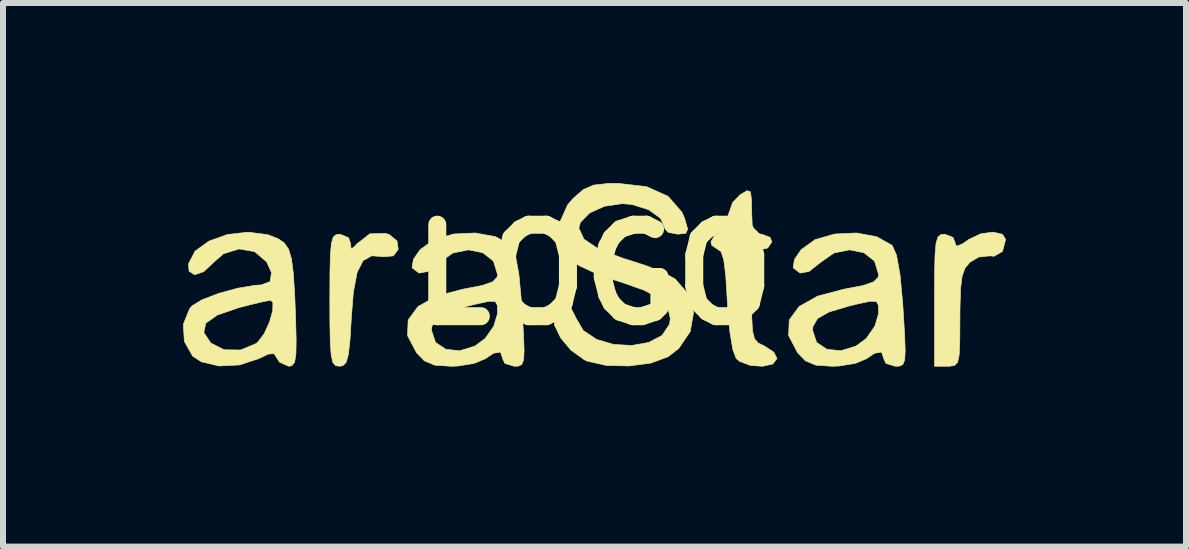
<source format=kicad_pcb>
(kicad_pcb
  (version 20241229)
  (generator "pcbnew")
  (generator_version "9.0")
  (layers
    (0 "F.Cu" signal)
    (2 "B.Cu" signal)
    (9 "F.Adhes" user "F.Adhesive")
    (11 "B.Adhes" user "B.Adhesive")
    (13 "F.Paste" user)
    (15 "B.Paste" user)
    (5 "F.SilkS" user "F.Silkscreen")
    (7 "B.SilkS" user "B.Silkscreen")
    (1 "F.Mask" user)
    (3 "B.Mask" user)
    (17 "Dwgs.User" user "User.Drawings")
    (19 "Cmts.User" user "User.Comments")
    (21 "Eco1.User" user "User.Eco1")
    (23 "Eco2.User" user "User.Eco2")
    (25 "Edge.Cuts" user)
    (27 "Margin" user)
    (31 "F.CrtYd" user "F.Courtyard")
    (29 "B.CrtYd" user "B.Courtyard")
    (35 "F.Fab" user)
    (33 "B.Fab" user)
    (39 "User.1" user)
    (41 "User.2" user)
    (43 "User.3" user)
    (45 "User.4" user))
  (footprint "LOGO"
    (layer "F.Cu")
    (at 6.849 1.529)
    (property "Reference" "LOGO" (at 0 0 0) (layer "F.SilkS") (effects (font (size 1.524 1.524) (thickness 0.3))))
    (attr through_hole)
    (fp_poly (pts (xy 6.805 -0.675) (xy 6.858 -0.59) (xy 6.805 -0.39) (xy 6.665 -0.309) (xy 6.596 -0.316) (xy 6.405 -0.295) (xy 6.263 -0.209) (xy 6.182 -0.114) (xy 6.133 0.021) (xy 6.106 0.233) (xy 6.097 0.56) (xy 6.096 0.733) (xy 6.094 1.102) (xy 6.084 1.333) (xy 6.057 1.46) (xy 6.003 1.512) (xy 5.915 1.524) (xy 5.884 1.524) (xy 5.673 1.524) (xy 5.673 0.423) (xy 5.674 -0.026) (xy 5.681 -0.333) (xy 5.698 -0.525) (xy 5.729 -0.628) (xy 5.778 -0.67) (xy 5.842 -0.677) (xy 5.981 -0.623) (xy 6.011 -0.548) (xy 6.035 -0.477) (xy 6.128 -0.509) (xy 6.244 -0.589) (xy 6.441 -0.683) (xy 6.647 -0.711) (xy 6.805 -0.675)) (stroke (width 0.01) (type solid)) (fill yes) (layer "F.SilkS"))
    (fp_poly (pts (xy -3.414 -0.671) (xy -3.283 -0.563) (xy -3.264 -0.424) (xy -3.344 -0.316) (xy -3.502 -0.301) (xy -3.704 -0.317) (xy -3.849 -0.236) (xy -3.948 -0.041) (xy -4.011 0.289) (xy -4.044 0.705) (xy -4.067 1.085) (xy -4.094 1.327) (xy -4.131 1.46) (xy -4.187 1.515) (xy -4.245 1.524) (xy -4.309 1.512) (xy -4.354 1.458) (xy -4.381 1.335) (xy -4.396 1.117) (xy -4.402 0.777) (xy -4.403 0.423) (xy -4.401 -0.026) (xy -4.394 -0.333) (xy -4.377 -0.525) (xy -4.346 -0.628) (xy -4.298 -0.67) (xy -4.233 -0.677) (xy -4.09 -0.617) (xy -4.061 -0.529) (xy -4.047 -0.429) (xy -3.985 -0.477) (xy -3.955 -0.513) (xy -3.736 -0.683) (xy -3.473 -0.69) (xy -3.414 -0.671)) (stroke (width 0.01) (type solid)) (fill yes) (layer "F.SilkS"))
    (fp_poly (pts (xy 2.606 -1.383) (xy 2.623 -1.246) (xy 2.625 -1.069) (xy 2.635 -0.827) (xy 2.679 -0.711) (xy 2.774 -0.678) (xy 2.794 -0.677) (xy 2.932 -0.624) (xy 2.963 -0.55) (xy 2.893 -0.447) (xy 2.794 -0.423) (xy 2.714 -0.411) (xy 2.664 -0.351) (xy 2.637 -0.212) (xy 2.626 0.037) (xy 2.625 0.341) (xy 2.627 0.704) (xy 2.64 0.934) (xy 2.673 1.066) (xy 2.736 1.138) (xy 2.836 1.185) (xy 2.836 1.185) (xy 2.994 1.288) (xy 3.048 1.395) (xy 2.978 1.486) (xy 2.809 1.524) (xy 2.604 1.51) (xy 2.425 1.443) (xy 2.368 1.394) (xy 2.312 1.245) (xy 2.264 0.96) (xy 2.228 0.573) (xy 2.219 0.42) (xy 2.194 0.012) (xy 2.161 -0.25) (xy 2.116 -0.387) (xy 2.063 -0.423) (xy 1.961 -0.491) (xy 1.947 -0.55) (xy 2.012 -0.663) (xy 2.069 -0.677) (xy 2.168 -0.755) (xy 2.217 -0.943) (xy 2.308 -1.203) (xy 2.434 -1.334) (xy 2.55 -1.402) (xy 2.606 -1.383)) (stroke (width 0.01) (type solid)) (fill yes) (layer "F.SilkS"))
    (fp_poly (pts (xy -5.432 -0.667) (xy -5.263 -0.6) (xy -5.162 -0.531) (xy -5.091 -0.429) (xy -5.042 -0.265) (xy -5.01 -0.01) (xy -4.987 0.365) (xy -4.974 0.699) (xy -4.964 1.08) (xy -4.968 1.324) (xy -4.991 1.458) (xy -5.037 1.515) (xy -5.088 1.524) (xy -5.239 1.457) (xy -5.281 1.394) (xy -5.332 1.314) (xy -5.428 1.321) (xy -5.582 1.394) (xy -5.907 1.502) (xy -6.249 1.519) (xy -6.546 1.449) (xy -6.689 1.355) (xy -6.827 1.111) (xy -6.836 0.962) (xy -6.503 0.962) (xy -6.386 1.137) (xy -6.167 1.249) (xy -5.893 1.253) (xy -5.64 1.15) (xy -5.604 1.122) (xy -5.497 0.981) (xy -5.408 0.787) (xy -5.354 0.595) (xy -5.352 0.458) (xy -5.391 0.424) (xy -5.506 0.445) (xy -5.728 0.498) (xy -5.919 0.547) (xy -6.277 0.67) (xy -6.47 0.806) (xy -6.503 0.962) (xy -6.836 0.962) (xy -6.844 0.825) (xy -6.74 0.566) (xy -6.698 0.517) (xy -6.528 0.414) (xy -6.253 0.309) (xy -5.937 0.223) (xy -5.643 0.174) (xy -5.546 0.169) (xy -5.399 0.113) (xy -5.375 -0.037) (xy -5.456 -0.215) (xy -5.656 -0.386) (xy -5.914 -0.431) (xy -6.173 -0.352) (xy -6.335 -0.212) (xy -6.505 -0.052) (xy -6.656 -0.001) (xy -6.749 -0.061) (xy -6.758 -0.182) (xy -6.648 -0.395) (xy -6.416 -0.562) (xy -6.107 -0.672) (xy -5.764 -0.711) (xy -5.432 -0.667)) (stroke (width 0.01) (type solid)) (fill yes) (layer "F.SilkS"))
    (fp_poly (pts (xy 0.875 -1.469) (xy 1.234 -1.307) (xy 1.464 -1.043) (xy 1.509 -0.939) (xy 1.56 -0.761) (xy 1.527 -0.69) (xy 1.393 -0.677) (xy 1.236 -0.707) (xy 1.185 -0.762) (xy 1.108 -0.941) (xy 0.907 -1.086) (xy 0.627 -1.173) (xy 0.466 -1.185) (xy 0.172 -1.142) (xy -0.075 -1.03) (xy -0.228 -0.875) (xy -0.254 -0.778) (xy -0.17 -0.595) (xy 0.081 -0.425) (xy 0.496 -0.27) (xy 0.55 -0.254) (xy 0.878 -0.148) (xy 1.165 -0.032) (xy 1.349 0.068) (xy 1.574 0.326) (xy 1.657 0.632) (xy 1.602 0.945) (xy 1.411 1.227) (xy 1.234 1.364) (xy 0.95 1.47) (xy 0.58 1.519) (xy 0.201 1.51) (xy -0.113 1.439) (xy -0.161 1.417) (xy -0.384 1.257) (xy -0.555 1.053) (xy -0.659 0.841) (xy -0.68 0.659) (xy -0.601 0.544) (xy -0.539 0.525) (xy -0.386 0.553) (xy -0.305 0.714) (xy -0.181 0.928) (xy 0.043 1.077) (xy 0.325 1.16) (xy 0.628 1.177) (xy 0.91 1.127) (xy 1.133 1.01) (xy 1.257 0.825) (xy 1.27 0.728) (xy 1.229 0.547) (xy 1.092 0.396) (xy 0.835 0.257) (xy 0.436 0.117) (xy 0.361 0.094) (xy 0.037 -0.02) (xy -0.241 -0.149) (xy -0.415 -0.265) (xy -0.422 -0.272) (xy -0.574 -0.547) (xy -0.579 -0.859) (xy -0.441 -1.165) (xy -0.345 -1.277) (xy -0.178 -1.421) (xy -0.008 -1.495) (xy 0.234 -1.522) (xy 0.396 -1.524) (xy 0.875 -1.469)) (stroke (width 0.01) (type solid)) (fill yes) (layer "F.SilkS"))
    (fp_poly (pts (xy -1.641 -0.635) (xy -1.387 -0.492) (xy -1.38 -0.485) (xy -1.311 -0.328) (xy -1.253 -0.008) (xy -1.207 0.479) (xy -1.201 0.579) (xy -1.176 0.989) (xy -1.166 1.259) (xy -1.174 1.418) (xy -1.206 1.496) (xy -1.265 1.522) (xy -1.332 1.524) (xy -1.487 1.476) (xy -1.524 1.397) (xy -1.559 1.287) (xy -1.676 1.307) (xy -1.815 1.4) (xy -1.999 1.476) (xy -2.268 1.52) (xy -2.381 1.524) (xy -2.653 1.506) (xy -2.827 1.434) (xy -2.957 1.301) (xy -3.108 1.014) (xy -3.105 0.925) (xy -2.709 0.925) (xy -2.642 1.127) (xy -2.469 1.242) (xy -2.236 1.265) (xy -1.986 1.188) (xy -1.816 1.062) (xy -1.672 0.857) (xy -1.609 0.647) (xy -1.609 0.639) (xy -1.612 0.507) (xy -1.647 0.444) (xy -1.752 0.441) (xy -1.968 0.488) (xy -2.1 0.52) (xy -2.434 0.619) (xy -2.626 0.728) (xy -2.704 0.863) (xy -2.709 0.925) (xy -3.105 0.925) (xy -3.098 0.753) (xy -2.935 0.53) (xy -2.626 0.355) (xy -2.18 0.238) (xy -1.866 0.178) (xy -1.689 0.116) (xy -1.616 0.04) (xy -1.609 -0.006) (xy -1.677 -0.229) (xy -1.854 -0.368) (xy -2.094 -0.416) (xy -2.352 -0.364) (xy -2.584 -0.202) (xy -2.584 -0.202) (xy -2.767 -0.056) (xy -2.917 -0.029) (xy -2.919 -0.03) (xy -3.033 -0.117) (xy -3.011 -0.257) (xy -2.9 -0.418) (xy -2.668 -0.586) (xy -2.341 -0.68) (xy -1.979 -0.697) (xy -1.641 -0.635)) (stroke (width 0.01) (type solid)) (fill yes) (layer "F.SilkS"))
    (fp_poly (pts (xy 4.709 -0.635) (xy 4.963 -0.492) (xy 4.97 -0.485) (xy 5.039 -0.328) (xy 5.097 -0.008) (xy 5.143 0.479) (xy 5.149 0.579) (xy 5.174 0.989) (xy 5.184 1.259) (xy 5.176 1.418) (xy 5.144 1.496) (xy 5.085 1.522) (xy 5.018 1.524) (xy 4.863 1.476) (xy 4.826 1.397) (xy 4.791 1.287) (xy 4.674 1.307) (xy 4.535 1.4) (xy 4.351 1.476) (xy 4.082 1.52) (xy 3.969 1.524) (xy 3.697 1.506) (xy 3.523 1.434) (xy 3.393 1.301) (xy 3.242 1.014) (xy 3.245 0.925) (xy 3.641 0.925) (xy 3.708 1.127) (xy 3.881 1.242) (xy 4.114 1.265) (xy 4.364 1.188) (xy 4.534 1.062) (xy 4.678 0.857) (xy 4.741 0.647) (xy 4.741 0.639) (xy 4.738 0.507) (xy 4.703 0.444) (xy 4.598 0.441) (xy 4.382 0.488) (xy 4.25 0.52) (xy 3.916 0.619) (xy 3.724 0.728) (xy 3.646 0.863) (xy 3.641 0.925) (xy 3.245 0.925) (xy 3.252 0.753) (xy 3.415 0.53) (xy 3.724 0.355) (xy 4.17 0.238) (xy 4.484 0.178) (xy 4.661 0.116) (xy 4.734 0.04) (xy 4.741 -0.006) (xy 4.673 -0.229) (xy 4.496 -0.368) (xy 4.256 -0.416) (xy 3.998 -0.364) (xy 3.766 -0.202) (xy 3.766 -0.202) (xy 3.583 -0.056) (xy 3.433 -0.029) (xy 3.431 -0.03) (xy 3.317 -0.117) (xy 3.339 -0.257) (xy 3.45 -0.418) (xy 3.682 -0.586) (xy 4.009 -0.68) (xy 4.371 -0.697) (xy 4.709 -0.635)) (stroke (width 0.01) (type solid)) (fill yes) (layer "F.SilkS")))
  (gr_rect
    (start -3 -3)
    (end 16.712 6.058)
    (stroke (width 0.1) (type default))
    (fill no)
    (layer "Edge.Cuts")))
</source>
